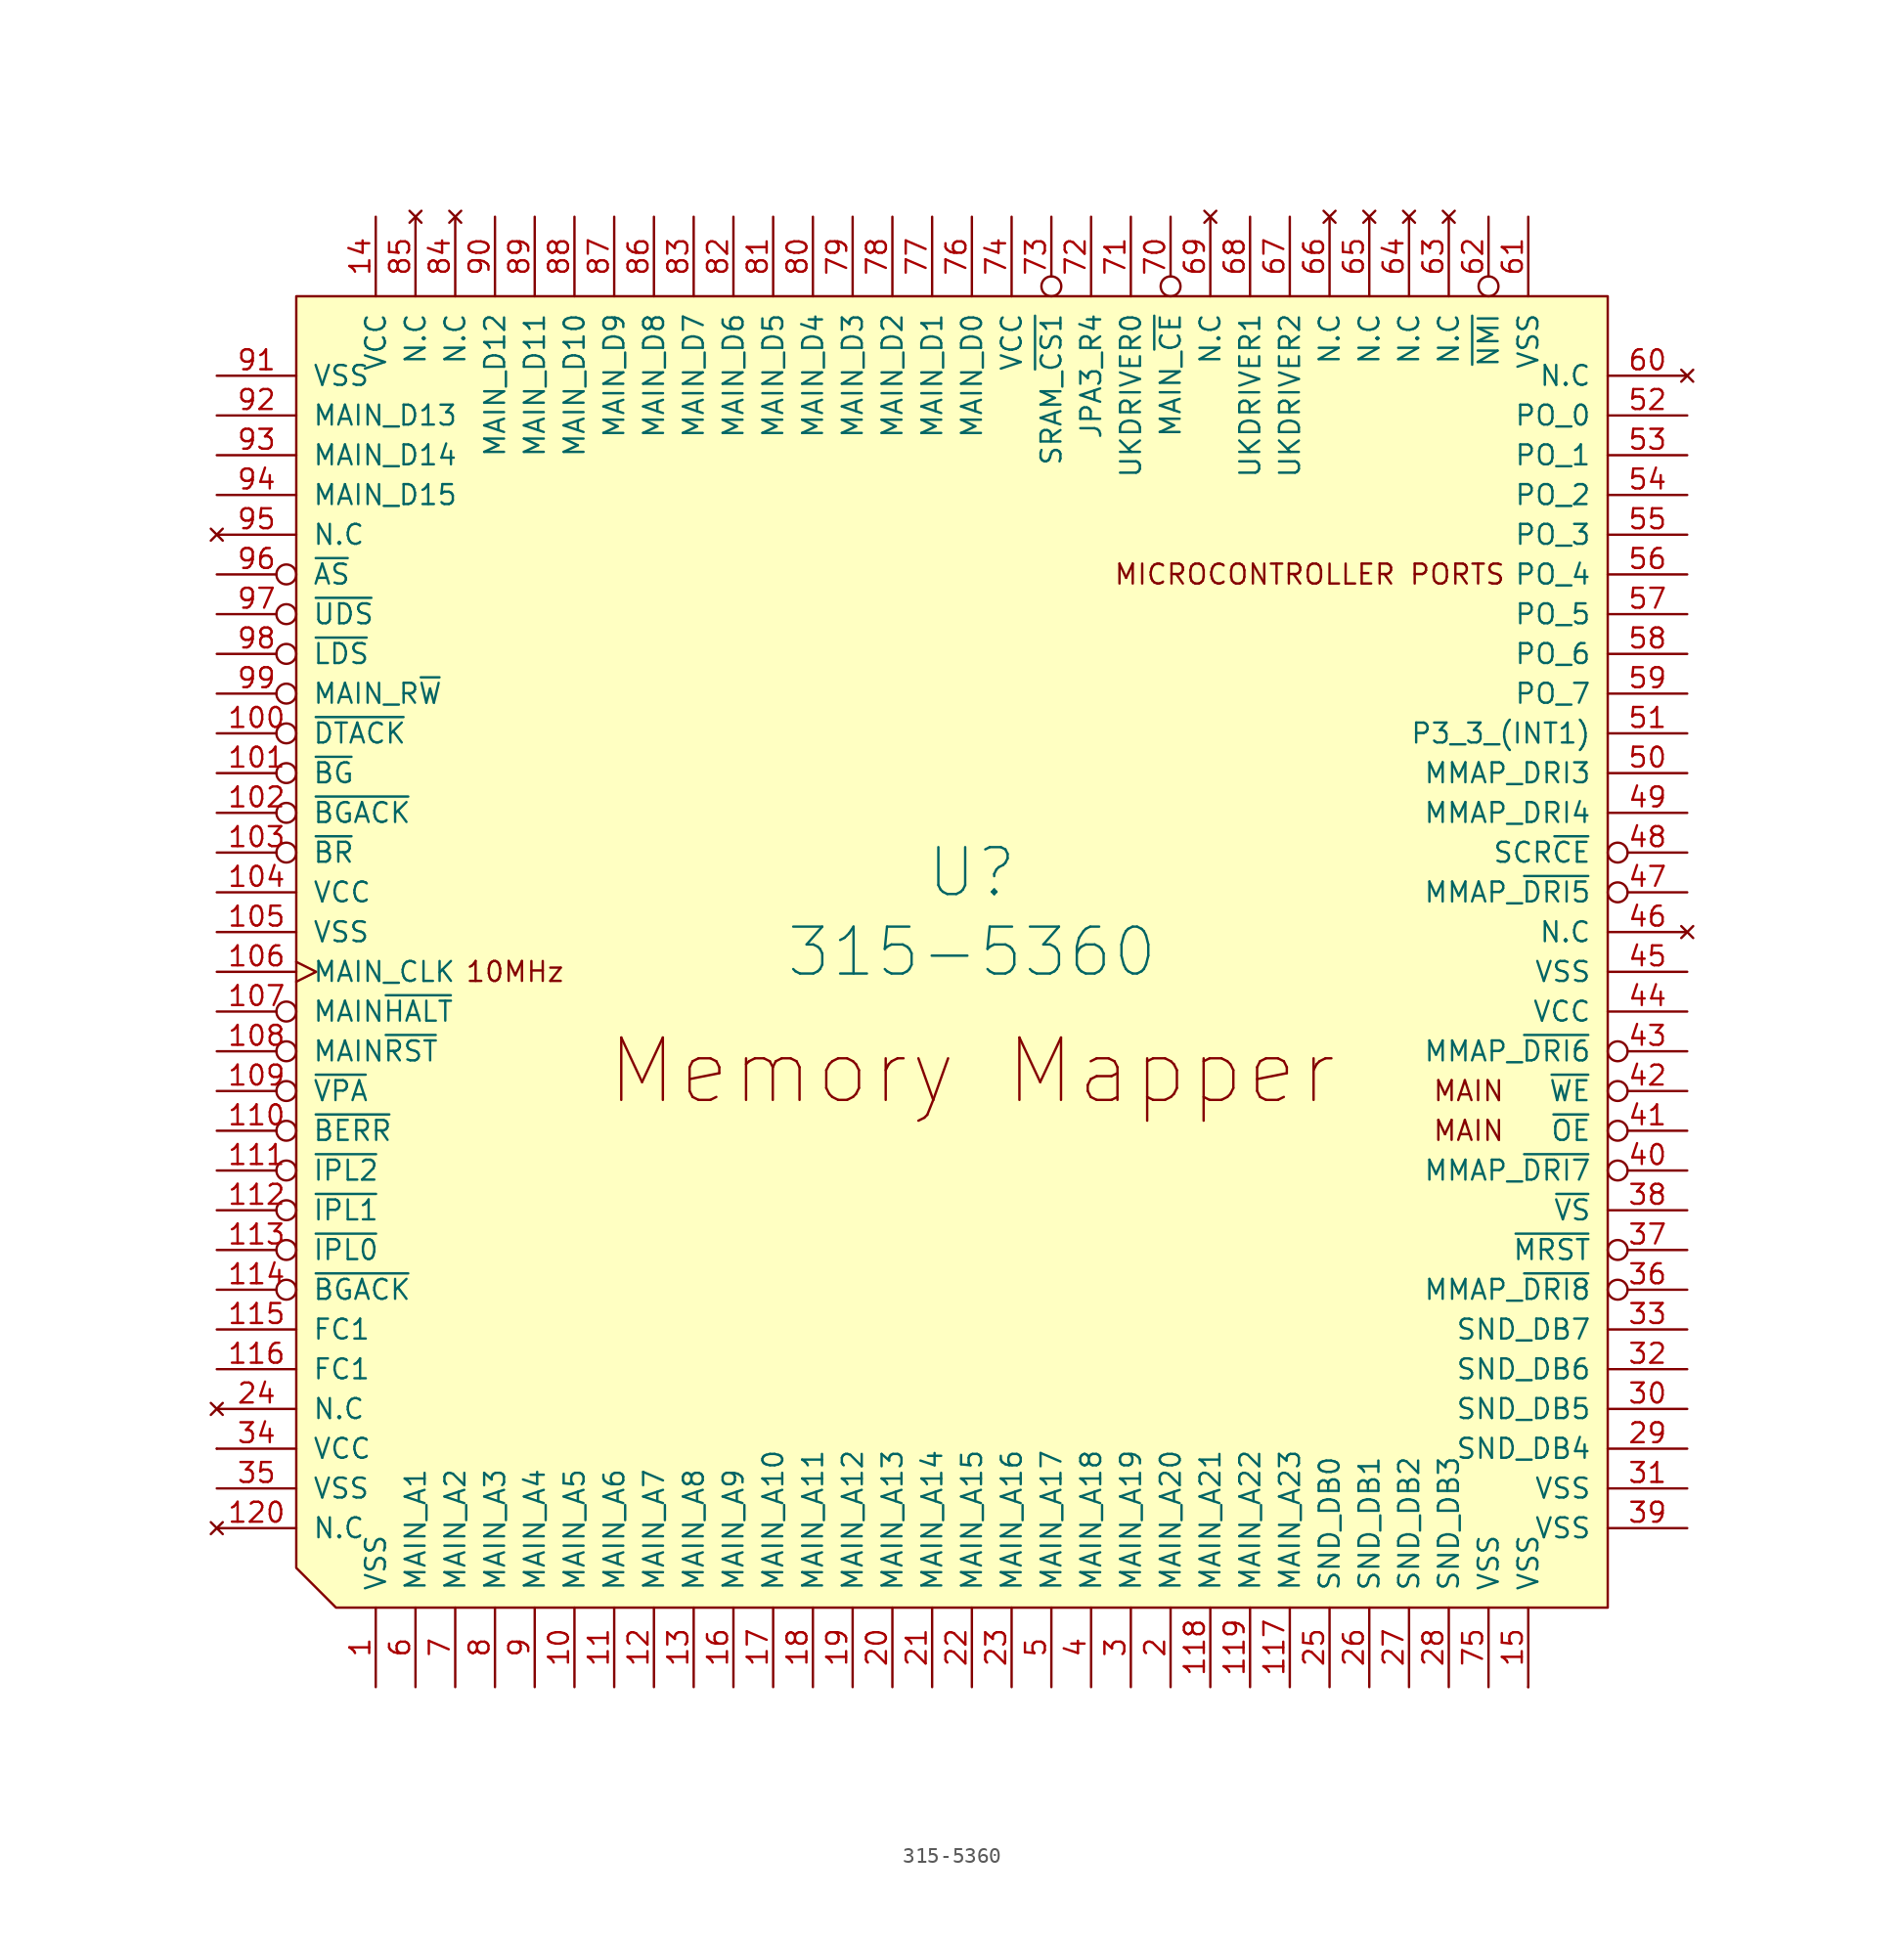
<source format=kicad_sym>
(kicad_symbol_lib
  (version 20220914)
  (generator kicad_symbol_editor)
  (symbol "315-5360"
    (pin_names
      (offset 1.016))
    (property "Reference" "U"
      (at 0 5.08 0)
      (effects (font (size 2.997 2.997))))
    (property "Value" "315-5360"
      (at 0 0 0)
      (effects (font (size 2.997 2.997))))
    (symbol "315-5360_0_0"
      (text "10MHz" (at -29.21 -1.27 0) (effects (font (size 1.27 1.27))))
      (text "MAIN" (at 31.75 -11.43 0) (effects (font (size 1.27 1.27))))
      (text "MAIN" (at 31.75 -8.89 0) (effects (font (size 1.27 1.27))))
      (text "Memory Mapper" (at 0 -7.62 0) (effects (font (size 3.988 3.988))))
      (text "MICROCONTROLLER PORTS" (at 21.59 24.13 0) (effects (font (size 1.27 1.27)))))
    (symbol "315-5360_0_1"
      (polyline (pts (xy -48.26 -31.75) (xy -48.26 -31.75)) (stroke (width 0) (type default)) (fill (type none)))
      (polyline (pts (xy 35.56 -46.99) (xy 35.56 -46.99)) (stroke (width 0) (type default)) (fill (type none)))
      (polyline (pts (xy -43.18 41.91) (xy 40.64 41.91) (xy 40.64 -41.91) (xy -40.64 -41.91) (xy -43.18 -39.37) (xy -43.18 41.91)) (stroke (width 0) (type default)) (fill (type background))))
    (symbol "315-5360_1_1"
      (pin power_in line (at -38.1 -46.99 90) (length 5.08) (name "VSS" (effects (font (size 1.27 1.27)))) (number "1" (effects (font (size 1.27 1.27)))))
      (pin input line (at -25.4 -46.99 90) (length 5.08) (name "MAIN_A5" (effects (font (size 1.27 1.27)))) (number "10" (effects (font (size 1.27 1.27)))))
      (pin output inverted (at -48.26 13.97 0) (length 5.08) (name "~{DTACK}" (effects (font (size 1.27 1.27)))) (number "100" (effects (font (size 1.27 1.27)))))
      (pin input inverted (at -48.26 11.43 0) (length 5.08) (name "~{BG}" (effects (font (size 1.27 1.27)))) (number "101" (effects (font (size 1.27 1.27)))))
      (pin input inverted (at -48.26 8.89 0) (length 5.08) (name "~{BGACK}" (effects (font (size 1.27 1.27)))) (number "102" (effects (font (size 1.27 1.27)))))
      (pin output inverted (at -48.26 6.35 0) (length 5.08) (name "~{BR}" (effects (font (size 1.27 1.27)))) (number "103" (effects (font (size 1.27 1.27)))))
      (pin power_in line (at -48.26 3.81 0) (length 5.08) (name "VCC" (effects (font (size 1.27 1.27)))) (number "104" (effects (font (size 1.27 1.27)))))
      (pin power_in line (at -48.26 1.27 0) (length 5.08) (name "VSS" (effects (font (size 1.27 1.27)))) (number "105" (effects (font (size 1.27 1.27)))))
      (pin input clock (at -48.26 -1.27 0) (length 5.08) (name "MAIN_CLK" (effects (font (size 1.27 1.27)))) (number "106" (effects (font (size 1.27 1.27)))))
      (pin bidirectional inverted (at -48.26 -3.81 0) (length 5.08) (name "MAIN~{HALT}" (effects (font (size 1.27 1.27)))) (number "107" (effects (font (size 1.27 1.27)))))
      (pin bidirectional inverted (at -48.26 -6.35 0) (length 5.08) (name "MAIN~{RST}" (effects (font (size 1.27 1.27)))) (number "108" (effects (font (size 1.27 1.27)))))
      (pin output inverted (at -48.26 -8.89 0) (length 5.08) (name "~{VPA}" (effects (font (size 1.27 1.27)))) (number "109" (effects (font (size 1.27 1.27)))))
      (pin input line (at -22.86 -46.99 90) (length 5.08) (name "MAIN_A6" (effects (font (size 1.27 1.27)))) (number "11" (effects (font (size 1.27 1.27)))))
      (pin input inverted (at -48.26 -11.43 0) (length 5.08) (name "~{BERR}" (effects (font (size 1.27 1.27)))) (number "110" (effects (font (size 1.27 1.27)))))
      (pin input inverted (at -48.26 -13.97 0) (length 5.08) (name "~{IPL2}" (effects (font (size 1.27 1.27)))) (number "111" (effects (font (size 1.27 1.27)))))
      (pin input inverted (at -48.26 -16.51 0) (length 5.08) (name "~{IPL1}" (effects (font (size 1.27 1.27)))) (number "112" (effects (font (size 1.27 1.27)))))
      (pin input inverted (at -48.26 -19.05 0) (length 5.08) (name "~{IPL0}" (effects (font (size 1.27 1.27)))) (number "113" (effects (font (size 1.27 1.27)))))
      (pin output inverted (at -48.26 -21.59 0) (length 5.08) (name "~{BGACK}" (effects (font (size 1.27 1.27)))) (number "114" (effects (font (size 1.27 1.27)))))
      (pin input line (at -48.26 -24.13 0) (length 5.08) (name "FC1" (effects (font (size 1.27 1.27)))) (number "115" (effects (font (size 1.27 1.27)))))
      (pin input line (at -48.26 -26.67 0) (length 5.08) (name "FC1" (effects (font (size 1.27 1.27)))) (number "116" (effects (font (size 1.27 1.27)))))
      (pin input line (at 20.32 -46.99 90) (length 5.08) (name "MAIN_A23" (effects (font (size 1.27 1.27)))) (number "117" (effects (font (size 1.27 1.27)))))
      (pin input line (at 15.24 -46.99 90) (length 5.08) (name "MAIN_A21" (effects (font (size 1.27 1.27)))) (number "118" (effects (font (size 1.27 1.27)))))
      (pin input line (at 17.78 -46.99 90) (length 5.08) (name "MAIN_A22" (effects (font (size 1.27 1.27)))) (number "119" (effects (font (size 1.27 1.27)))))
      (pin input line (at -20.32 -46.99 90) (length 5.08) (name "MAIN_A7" (effects (font (size 1.27 1.27)))) (number "12" (effects (font (size 1.27 1.27)))))
      (pin no_connect line (at -48.26 -36.83 0) (length 5.08) (name "N.C" (effects (font (size 1.27 1.27)))) (number "120" (effects (font (size 1.27 1.27)))))
      (pin input line (at -17.78 -46.99 90) (length 5.08) (name "MAIN_A8" (effects (font (size 1.27 1.27)))) (number "13" (effects (font (size 1.27 1.27)))))
      (pin power_in line (at -38.1 46.99 270) (length 5.08) (name "VCC" (effects (font (size 1.27 1.27)))) (number "14" (effects (font (size 1.27 1.27)))))
      (pin power_in line (at 35.56 -46.99 90) (length 5.08) (name "VSS" (effects (font (size 1.27 1.27)))) (number "15" (effects (font (size 1.27 1.27)))))
      (pin input line (at -15.24 -46.99 90) (length 5.08) (name "MAIN_A9" (effects (font (size 1.27 1.27)))) (number "16" (effects (font (size 1.27 1.27)))))
      (pin input line (at -12.7 -46.99 90) (length 5.08) (name "MAIN_A10" (effects (font (size 1.27 1.27)))) (number "17" (effects (font (size 1.27 1.27)))))
      (pin input line (at -10.16 -46.99 90) (length 5.08) (name "MAIN_A11" (effects (font (size 1.27 1.27)))) (number "18" (effects (font (size 1.27 1.27)))))
      (pin input line (at -7.62 -46.99 90) (length 5.08) (name "MAIN_A12" (effects (font (size 1.27 1.27)))) (number "19" (effects (font (size 1.27 1.27)))))
      (pin input line (at 12.7 -46.99 90) (length 5.08) (name "MAIN_A20" (effects (font (size 1.27 1.27)))) (number "2" (effects (font (size 1.27 1.27)))))
      (pin input line (at -5.08 -46.99 90) (length 5.08) (name "MAIN_A13" (effects (font (size 1.27 1.27)))) (number "20" (effects (font (size 1.27 1.27)))))
      (pin input line (at -2.54 -46.99 90) (length 5.08) (name "MAIN_A14" (effects (font (size 1.27 1.27)))) (number "21" (effects (font (size 1.27 1.27)))))
      (pin input line (at 0 -46.99 90) (length 5.08) (name "MAIN_A15" (effects (font (size 1.27 1.27)))) (number "22" (effects (font (size 1.27 1.27)))))
      (pin input line (at 2.54 -46.99 90) (length 5.08) (name "MAIN_A16" (effects (font (size 1.27 1.27)))) (number "23" (effects (font (size 1.27 1.27)))))
      (pin no_connect line (at -48.26 -29.21 0) (length 5.08) (name "N.C" (effects (font (size 1.27 1.27)))) (number "24" (effects (font (size 1.27 1.27)))))
      (pin bidirectional line (at 22.86 -46.99 90) (length 5.08) (name "SND_DB0" (effects (font (size 1.27 1.27)))) (number "25" (effects (font (size 1.27 1.27)))))
      (pin bidirectional line (at 25.4 -46.99 90) (length 5.08) (name "SND_DB1" (effects (font (size 1.27 1.27)))) (number "26" (effects (font (size 1.27 1.27)))))
      (pin bidirectional line (at 27.94 -46.99 90) (length 5.08) (name "SND_DB2" (effects (font (size 1.27 1.27)))) (number "27" (effects (font (size 1.27 1.27)))))
      (pin bidirectional line (at 30.48 -46.99 90) (length 5.08) (name "SND_DB3" (effects (font (size 1.27 1.27)))) (number "28" (effects (font (size 1.27 1.27)))))
      (pin bidirectional line (at 45.72 -31.75 180) (length 5.08) (name "SND_DB4" (effects (font (size 1.27 1.27)))) (number "29" (effects (font (size 1.27 1.27)))))
      (pin input line (at 10.16 -46.99 90) (length 5.08) (name "MAIN_A19" (effects (font (size 1.27 1.27)))) (number "3" (effects (font (size 1.27 1.27)))))
      (pin bidirectional line (at 45.72 -29.21 180) (length 5.08) (name "SND_DB5" (effects (font (size 1.27 1.27)))) (number "30" (effects (font (size 1.27 1.27)))))
      (pin power_in line (at 45.72 -34.29 180) (length 5.08) (name "VSS" (effects (font (size 1.27 1.27)))) (number "31" (effects (font (size 1.27 1.27)))))
      (pin bidirectional line (at 45.72 -26.67 180) (length 5.08) (name "SND_DB6" (effects (font (size 1.27 1.27)))) (number "32" (effects (font (size 1.27 1.27)))))
      (pin bidirectional line (at 45.72 -24.13 180) (length 5.08) (name "SND_DB7" (effects (font (size 1.27 1.27)))) (number "33" (effects (font (size 1.27 1.27)))))
      (pin power_in line (at -48.26 -31.75 0) (length 5.08) (name "VCC" (effects (font (size 1.27 1.27)))) (number "34" (effects (font (size 1.27 1.27)))))
      (pin power_in line (at -48.26 -34.29 0) (length 5.08) (name "VSS" (effects (font (size 1.27 1.27)))) (number "35" (effects (font (size 1.27 1.27)))))
      (pin bidirectional inverted (at 45.72 -21.59 180) (length 5.08) (name "MMAP_~{DRI8}" (effects (font (size 1.27 1.27)))) (number "36" (effects (font (size 1.27 1.27)))))
      (pin output inverted (at 45.72 -19.05 180) (length 5.08) (name "~{MRST}" (effects (font (size 1.27 1.27)))) (number "37" (effects (font (size 1.27 1.27)))))
      (pin input line (at 45.72 -16.51 180) (length 5.08) (name "~{VS}" (effects (font (size 1.27 1.27)))) (number "38" (effects (font (size 1.27 1.27)))))
      (pin power_in line (at 45.72 -36.83 180) (length 5.08) (name "VSS" (effects (font (size 1.27 1.27)))) (number "39" (effects (font (size 1.27 1.27)))))
      (pin input line (at 7.62 -46.99 90) (length 5.08) (name "MAIN_A18" (effects (font (size 1.27 1.27)))) (number "4" (effects (font (size 1.27 1.27)))))
      (pin output inverted (at 45.72 -13.97 180) (length 5.08) (name "MMAP_~{DRI7}" (effects (font (size 1.27 1.27)))) (number "40" (effects (font (size 1.27 1.27)))))
      (pin bidirectional inverted (at 45.72 -11.43 180) (length 5.08) (name "~{OE}" (effects (font (size 1.27 1.27)))) (number "41" (effects (font (size 1.27 1.27)))))
      (pin bidirectional inverted (at 45.72 -8.89 180) (length 5.08) (name "~{WE}" (effects (font (size 1.27 1.27)))) (number "42" (effects (font (size 1.27 1.27)))))
      (pin bidirectional inverted (at 45.72 -6.35 180) (length 5.08) (name "MMAP_~{DRI6}" (effects (font (size 1.27 1.27)))) (number "43" (effects (font (size 1.27 1.27)))))
      (pin power_in line (at 45.72 -3.81 180) (length 5.08) (name "VCC" (effects (font (size 1.27 1.27)))) (number "44" (effects (font (size 1.27 1.27)))))
      (pin power_in line (at 45.72 -1.27 180) (length 5.08) (name "VSS" (effects (font (size 1.27 1.27)))) (number "45" (effects (font (size 1.27 1.27)))))
      (pin no_connect line (at 45.72 1.27 180) (length 5.08) (name "N.C" (effects (font (size 1.27 1.27)))) (number "46" (effects (font (size 1.27 1.27)))))
      (pin output inverted (at 45.72 3.81 180) (length 5.08) (name "MMAP_~{DRI5}" (effects (font (size 1.27 1.27)))) (number "47" (effects (font (size 1.27 1.27)))))
      (pin output inverted (at 45.72 6.35 180) (length 5.08) (name "SCR~{CE}" (effects (font (size 1.27 1.27)))) (number "48" (effects (font (size 1.27 1.27)))))
      (pin output line (at 45.72 8.89 180) (length 5.08) (name "MMAP_DRI4" (effects (font (size 1.27 1.27)))) (number "49" (effects (font (size 1.27 1.27)))))
      (pin input line (at 5.08 -46.99 90) (length 5.08) (name "MAIN_A17" (effects (font (size 1.27 1.27)))) (number "5" (effects (font (size 1.27 1.27)))))
      (pin output line (at 45.72 11.43 180) (length 5.08) (name "MMAP_DRI3" (effects (font (size 1.27 1.27)))) (number "50" (effects (font (size 1.27 1.27)))))
      (pin input line (at 45.72 13.97 180) (length 5.08) (name "P3_3_(INT1)" (effects (font (size 1.27 1.27)))) (number "51" (effects (font (size 1.27 1.27)))))
      (pin tri_state line (at 45.72 34.29 180) (length 5.08) (name "PO_0" (effects (font (size 1.27 1.27)))) (number "52" (effects (font (size 1.27 1.27)))))
      (pin tri_state line (at 45.72 31.75 180) (length 5.08) (name "PO_1" (effects (font (size 1.27 1.27)))) (number "53" (effects (font (size 1.27 1.27)))))
      (pin tri_state line (at 45.72 29.21 180) (length 5.08) (name "PO_2" (effects (font (size 1.27 1.27)))) (number "54" (effects (font (size 1.27 1.27)))))
      (pin tri_state line (at 45.72 26.67 180) (length 5.08) (name "PO_3" (effects (font (size 1.27 1.27)))) (number "55" (effects (font (size 1.27 1.27)))))
      (pin tri_state line (at 45.72 24.13 180) (length 5.08) (name "PO_4" (effects (font (size 1.27 1.27)))) (number "56" (effects (font (size 1.27 1.27)))))
      (pin tri_state line (at 45.72 21.59 180) (length 5.08) (name "PO_5" (effects (font (size 1.27 1.27)))) (number "57" (effects (font (size 1.27 1.27)))))
      (pin tri_state line (at 45.72 19.05 180) (length 5.08) (name "PO_6" (effects (font (size 1.27 1.27)))) (number "58" (effects (font (size 1.27 1.27)))))
      (pin tri_state line (at 45.72 16.51 180) (length 5.08) (name "PO_7" (effects (font (size 1.27 1.27)))) (number "59" (effects (font (size 1.27 1.27)))))
      (pin input line (at -35.56 -46.99 90) (length 5.08) (name "MAIN_A1" (effects (font (size 1.27 1.27)))) (number "6" (effects (font (size 1.27 1.27)))))
      (pin no_connect line (at 45.72 36.83 180) (length 5.08) (name "N.C" (effects (font (size 1.27 1.27)))) (number "60" (effects (font (size 1.27 1.27)))))
      (pin power_in line (at 35.56 46.99 270) (length 5.08) (name "VSS" (effects (font (size 1.27 1.27)))) (number "61" (effects (font (size 1.27 1.27)))))
      (pin output inverted (at 33.02 46.99 270) (length 5.08) (name "~{NMI}" (effects (font (size 1.27 1.27)))) (number "62" (effects (font (size 1.27 1.27)))))
      (pin no_connect line (at 30.48 46.99 270) (length 5.08) (name "N.C" (effects (font (size 1.27 1.27)))) (number "63" (effects (font (size 1.27 1.27)))))
      (pin no_connect line (at 27.94 46.99 270) (length 5.08) (name "N.C" (effects (font (size 1.27 1.27)))) (number "64" (effects (font (size 1.27 1.27)))))
      (pin no_connect line (at 25.4 46.99 270) (length 5.08) (name "N.C" (effects (font (size 1.27 1.27)))) (number "65" (effects (font (size 1.27 1.27)))))
      (pin no_connect line (at 22.86 46.99 270) (length 5.08) (name "N.C" (effects (font (size 1.27 1.27)))) (number "66" (effects (font (size 1.27 1.27)))))
      (pin input line (at 20.32 46.99 270) (length 5.08) (name "UKDRIVER2" (effects (font (size 1.27 1.27)))) (number "67" (effects (font (size 1.27 1.27)))))
      (pin input line (at 17.78 46.99 270) (length 5.08) (name "UKDRIVER1" (effects (font (size 1.27 1.27)))) (number "68" (effects (font (size 1.27 1.27)))))
      (pin no_connect line (at 15.24 46.99 270) (length 5.08) (name "N.C" (effects (font (size 1.27 1.27)))) (number "69" (effects (font (size 1.27 1.27)))))
      (pin input line (at -33.02 -46.99 90) (length 5.08) (name "MAIN_A2" (effects (font (size 1.27 1.27)))) (number "7" (effects (font (size 1.27 1.27)))))
      (pin output inverted (at 12.7 46.99 270) (length 5.08) (name "MAIN_~{CE}" (effects (font (size 1.27 1.27)))) (number "70" (effects (font (size 1.27 1.27)))))
      (pin output line (at 10.16 46.99 270) (length 5.08) (name "UKDRIVER0" (effects (font (size 1.27 1.27)))) (number "71" (effects (font (size 1.27 1.27)))))
      (pin output line (at 7.62 46.99 270) (length 5.08) (name "JPA3_R4" (effects (font (size 1.27 1.27)))) (number "72" (effects (font (size 1.27 1.27)))))
      (pin output inverted (at 5.08 46.99 270) (length 5.08) (name "SRAM_~{CS1}" (effects (font (size 1.27 1.27)))) (number "73" (effects (font (size 1.27 1.27)))))
      (pin power_in line (at 2.54 46.99 270) (length 5.08) (name "VCC" (effects (font (size 1.27 1.27)))) (number "74" (effects (font (size 1.27 1.27)))))
      (pin power_in line (at 33.02 -46.99 90) (length 5.08) (name "VSS" (effects (font (size 1.27 1.27)))) (number "75" (effects (font (size 1.27 1.27)))))
      (pin bidirectional line (at 0 46.99 270) (length 5.08) (name "MAIN_D0" (effects (font (size 1.27 1.27)))) (number "76" (effects (font (size 1.27 1.27)))))
      (pin bidirectional line (at -2.54 46.99 270) (length 5.08) (name "MAIN_D1" (effects (font (size 1.27 1.27)))) (number "77" (effects (font (size 1.27 1.27)))))
      (pin bidirectional line (at -5.08 46.99 270) (length 5.08) (name "MAIN_D2" (effects (font (size 1.27 1.27)))) (number "78" (effects (font (size 1.27 1.27)))))
      (pin bidirectional line (at -7.62 46.99 270) (length 5.08) (name "MAIN_D3" (effects (font (size 1.27 1.27)))) (number "79" (effects (font (size 1.27 1.27)))))
      (pin input line (at -30.48 -46.99 90) (length 5.08) (name "MAIN_A3" (effects (font (size 1.27 1.27)))) (number "8" (effects (font (size 1.27 1.27)))))
      (pin bidirectional line (at -10.16 46.99 270) (length 5.08) (name "MAIN_D4" (effects (font (size 1.27 1.27)))) (number "80" (effects (font (size 1.27 1.27)))))
      (pin bidirectional line (at -12.7 46.99 270) (length 5.08) (name "MAIN_D5" (effects (font (size 1.27 1.27)))) (number "81" (effects (font (size 1.27 1.27)))))
      (pin bidirectional line (at -15.24 46.99 270) (length 5.08) (name "MAIN_D6" (effects (font (size 1.27 1.27)))) (number "82" (effects (font (size 1.27 1.27)))))
      (pin bidirectional line (at -17.78 46.99 270) (length 5.08) (name "MAIN_D7" (effects (font (size 1.27 1.27)))) (number "83" (effects (font (size 1.27 1.27)))))
      (pin no_connect line (at -33.02 46.99 270) (length 5.08) (name "N.C" (effects (font (size 1.27 1.27)))) (number "84" (effects (font (size 1.27 1.27)))))
      (pin no_connect line (at -35.56 46.99 270) (length 5.08) (name "N.C" (effects (font (size 1.27 1.27)))) (number "85" (effects (font (size 1.27 1.27)))))
      (pin bidirectional line (at -20.32 46.99 270) (length 5.08) (name "MAIN_D8" (effects (font (size 1.27 1.27)))) (number "86" (effects (font (size 1.27 1.27)))))
      (pin bidirectional line (at -22.86 46.99 270) (length 5.08) (name "MAIN_D9" (effects (font (size 1.27 1.27)))) (number "87" (effects (font (size 1.27 1.27)))))
      (pin bidirectional line (at -25.4 46.99 270) (length 5.08) (name "MAIN_D10" (effects (font (size 1.27 1.27)))) (number "88" (effects (font (size 1.27 1.27)))))
      (pin bidirectional line (at -27.94 46.99 270) (length 5.08) (name "MAIN_D11" (effects (font (size 1.27 1.27)))) (number "89" (effects (font (size 1.27 1.27)))))
      (pin input line (at -27.94 -46.99 90) (length 5.08) (name "MAIN_A4" (effects (font (size 1.27 1.27)))) (number "9" (effects (font (size 1.27 1.27)))))
      (pin bidirectional line (at -30.48 46.99 270) (length 5.08) (name "MAIN_D12" (effects (font (size 1.27 1.27)))) (number "90" (effects (font (size 1.27 1.27)))))
      (pin power_in line (at -48.26 36.83 0) (length 5.08) (name "VSS" (effects (font (size 1.27 1.27)))) (number "91" (effects (font (size 1.27 1.27)))))
      (pin bidirectional line (at -48.26 34.29 0) (length 5.08) (name "MAIN_D13" (effects (font (size 1.27 1.27)))) (number "92" (effects (font (size 1.27 1.27)))))
      (pin bidirectional line (at -48.26 31.75 0) (length 5.08) (name "MAIN_D14" (effects (font (size 1.27 1.27)))) (number "93" (effects (font (size 1.27 1.27)))))
      (pin bidirectional line (at -48.26 29.21 0) (length 5.08) (name "MAIN_D15" (effects (font (size 1.27 1.27)))) (number "94" (effects (font (size 1.27 1.27)))))
      (pin no_connect line (at -48.26 26.67 0) (length 5.08) (name "N.C" (effects (font (size 1.27 1.27)))) (number "95" (effects (font (size 1.27 1.27)))))
      (pin input inverted (at -48.26 24.13 0) (length 5.08) (name "~{AS}" (effects (font (size 1.27 1.27)))) (number "96" (effects (font (size 1.27 1.27)))))
      (pin input inverted (at -48.26 21.59 0) (length 5.08) (name "~{UDS}" (effects (font (size 1.27 1.27)))) (number "97" (effects (font (size 1.27 1.27)))))
      (pin input inverted (at -48.26 19.05 0) (length 5.08) (name "~{LDS}" (effects (font (size 1.27 1.27)))) (number "98" (effects (font (size 1.27 1.27)))))
      (pin input inverted (at -48.26 16.51 0) (length 5.08) (name "MAIN_R~{W}" (effects (font (size 1.27 1.27)))) (number "99" (effects (font (size 1.27 1.27))))))))
</source>
